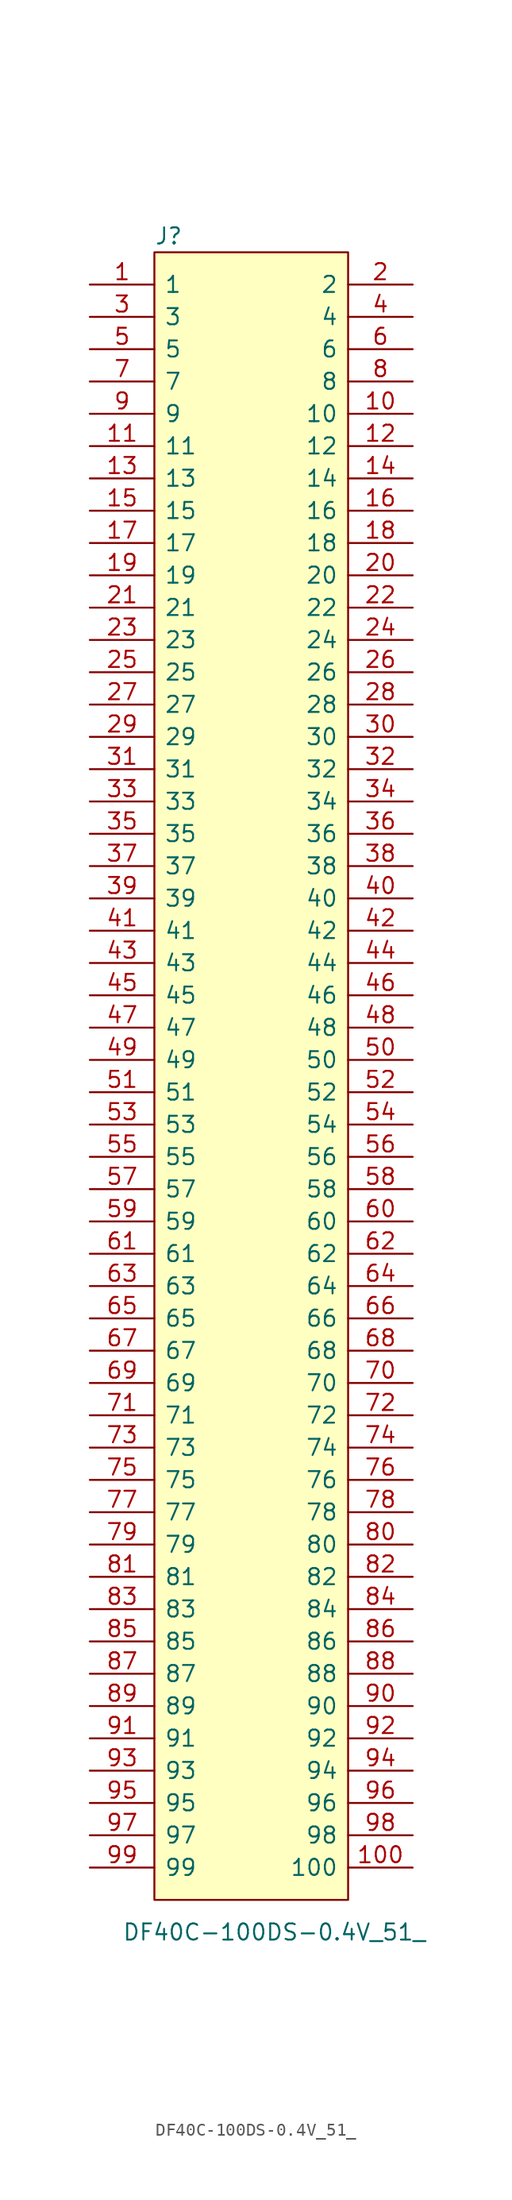
<source format=kicad_sym>
(kicad_symbol_lib
  (version 20211014)
  (generator kicad_symbol_editor)
  (symbol "DF40C-100DS-0.4V_51_"
    (pin_names
      (offset 0.762))
    (property "Reference" "J"
      (at 5.08 3.81 0)
      (effects (font (size 1.27 1.27)) (justify left)))
    (property "Value" "DF40C-100DS-0.4V_51_"
      (at 2.54 -129.54 0)
      (effects (font (size 1.27 1.27)) (justify left)))
    (symbol "DF40C-100DS-0.4V_51__0_0"
      (pin passive line (at 0 0 0) (length 5.08) (name "1" (effects (font (size 1.27 1.27)))) (number "1" (effects (font (size 1.27 1.27)))))
      (pin passive line (at 25.4 -10.16 180) (length 5.08) (name "10" (effects (font (size 1.27 1.27)))) (number "10" (effects (font (size 1.27 1.27)))))
      (pin passive line (at 25.4 -124.46 180) (length 5.08) (name "100" (effects (font (size 1.27 1.27)))) (number "100" (effects (font (size 1.27 1.27)))))
      (pin passive line (at 0 -12.7 0) (length 5.08) (name "11" (effects (font (size 1.27 1.27)))) (number "11" (effects (font (size 1.27 1.27)))))
      (pin passive line (at 25.4 -12.7 180) (length 5.08) (name "12" (effects (font (size 1.27 1.27)))) (number "12" (effects (font (size 1.27 1.27)))))
      (pin passive line (at 0 -15.24 0) (length 5.08) (name "13" (effects (font (size 1.27 1.27)))) (number "13" (effects (font (size 1.27 1.27)))))
      (pin passive line (at 25.4 -15.24 180) (length 5.08) (name "14" (effects (font (size 1.27 1.27)))) (number "14" (effects (font (size 1.27 1.27)))))
      (pin passive line (at 0 -17.78 0) (length 5.08) (name "15" (effects (font (size 1.27 1.27)))) (number "15" (effects (font (size 1.27 1.27)))))
      (pin passive line (at 25.4 -17.78 180) (length 5.08) (name "16" (effects (font (size 1.27 1.27)))) (number "16" (effects (font (size 1.27 1.27)))))
      (pin passive line (at 0 -20.32 0) (length 5.08) (name "17" (effects (font (size 1.27 1.27)))) (number "17" (effects (font (size 1.27 1.27)))))
      (pin passive line (at 25.4 -20.32 180) (length 5.08) (name "18" (effects (font (size 1.27 1.27)))) (number "18" (effects (font (size 1.27 1.27)))))
      (pin passive line (at 0 -22.86 0) (length 5.08) (name "19" (effects (font (size 1.27 1.27)))) (number "19" (effects (font (size 1.27 1.27)))))
      (pin passive line (at 25.4 0 180) (length 5.08) (name "2" (effects (font (size 1.27 1.27)))) (number "2" (effects (font (size 1.27 1.27)))))
      (pin passive line (at 25.4 -22.86 180) (length 5.08) (name "20" (effects (font (size 1.27 1.27)))) (number "20" (effects (font (size 1.27 1.27)))))
      (pin passive line (at 0 -25.4 0) (length 5.08) (name "21" (effects (font (size 1.27 1.27)))) (number "21" (effects (font (size 1.27 1.27)))))
      (pin passive line (at 25.4 -25.4 180) (length 5.08) (name "22" (effects (font (size 1.27 1.27)))) (number "22" (effects (font (size 1.27 1.27)))))
      (pin passive line (at 0 -27.94 0) (length 5.08) (name "23" (effects (font (size 1.27 1.27)))) (number "23" (effects (font (size 1.27 1.27)))))
      (pin passive line (at 25.4 -27.94 180) (length 5.08) (name "24" (effects (font (size 1.27 1.27)))) (number "24" (effects (font (size 1.27 1.27)))))
      (pin passive line (at 0 -30.48 0) (length 5.08) (name "25" (effects (font (size 1.27 1.27)))) (number "25" (effects (font (size 1.27 1.27)))))
      (pin passive line (at 25.4 -30.48 180) (length 5.08) (name "26" (effects (font (size 1.27 1.27)))) (number "26" (effects (font (size 1.27 1.27)))))
      (pin passive line (at 0 -33.02 0) (length 5.08) (name "27" (effects (font (size 1.27 1.27)))) (number "27" (effects (font (size 1.27 1.27)))))
      (pin passive line (at 25.4 -33.02 180) (length 5.08) (name "28" (effects (font (size 1.27 1.27)))) (number "28" (effects (font (size 1.27 1.27)))))
      (pin passive line (at 0 -35.56 0) (length 5.08) (name "29" (effects (font (size 1.27 1.27)))) (number "29" (effects (font (size 1.27 1.27)))))
      (pin passive line (at 0 -2.54 0) (length 5.08) (name "3" (effects (font (size 1.27 1.27)))) (number "3" (effects (font (size 1.27 1.27)))))
      (pin passive line (at 25.4 -35.56 180) (length 5.08) (name "30" (effects (font (size 1.27 1.27)))) (number "30" (effects (font (size 1.27 1.27)))))
      (pin passive line (at 0 -38.1 0) (length 5.08) (name "31" (effects (font (size 1.27 1.27)))) (number "31" (effects (font (size 1.27 1.27)))))
      (pin passive line (at 25.4 -38.1 180) (length 5.08) (name "32" (effects (font (size 1.27 1.27)))) (number "32" (effects (font (size 1.27 1.27)))))
      (pin passive line (at 0 -40.64 0) (length 5.08) (name "33" (effects (font (size 1.27 1.27)))) (number "33" (effects (font (size 1.27 1.27)))))
      (pin passive line (at 25.4 -40.64 180) (length 5.08) (name "34" (effects (font (size 1.27 1.27)))) (number "34" (effects (font (size 1.27 1.27)))))
      (pin passive line (at 0 -43.18 0) (length 5.08) (name "35" (effects (font (size 1.27 1.27)))) (number "35" (effects (font (size 1.27 1.27)))))
      (pin passive line (at 25.4 -43.18 180) (length 5.08) (name "36" (effects (font (size 1.27 1.27)))) (number "36" (effects (font (size 1.27 1.27)))))
      (pin passive line (at 0 -45.72 0) (length 5.08) (name "37" (effects (font (size 1.27 1.27)))) (number "37" (effects (font (size 1.27 1.27)))))
      (pin passive line (at 25.4 -45.72 180) (length 5.08) (name "38" (effects (font (size 1.27 1.27)))) (number "38" (effects (font (size 1.27 1.27)))))
      (pin passive line (at 0 -48.26 0) (length 5.08) (name "39" (effects (font (size 1.27 1.27)))) (number "39" (effects (font (size 1.27 1.27)))))
      (pin passive line (at 25.4 -2.54 180) (length 5.08) (name "4" (effects (font (size 1.27 1.27)))) (number "4" (effects (font (size 1.27 1.27)))))
      (pin passive line (at 25.4 -48.26 180) (length 5.08) (name "40" (effects (font (size 1.27 1.27)))) (number "40" (effects (font (size 1.27 1.27)))))
      (pin passive line (at 0 -50.8 0) (length 5.08) (name "41" (effects (font (size 1.27 1.27)))) (number "41" (effects (font (size 1.27 1.27)))))
      (pin passive line (at 25.4 -50.8 180) (length 5.08) (name "42" (effects (font (size 1.27 1.27)))) (number "42" (effects (font (size 1.27 1.27)))))
      (pin passive line (at 0 -53.34 0) (length 5.08) (name "43" (effects (font (size 1.27 1.27)))) (number "43" (effects (font (size 1.27 1.27)))))
      (pin passive line (at 25.4 -53.34 180) (length 5.08) (name "44" (effects (font (size 1.27 1.27)))) (number "44" (effects (font (size 1.27 1.27)))))
      (pin passive line (at 0 -55.88 0) (length 5.08) (name "45" (effects (font (size 1.27 1.27)))) (number "45" (effects (font (size 1.27 1.27)))))
      (pin passive line (at 25.4 -55.88 180) (length 5.08) (name "46" (effects (font (size 1.27 1.27)))) (number "46" (effects (font (size 1.27 1.27)))))
      (pin passive line (at 0 -58.42 0) (length 5.08) (name "47" (effects (font (size 1.27 1.27)))) (number "47" (effects (font (size 1.27 1.27)))))
      (pin passive line (at 25.4 -58.42 180) (length 5.08) (name "48" (effects (font (size 1.27 1.27)))) (number "48" (effects (font (size 1.27 1.27)))))
      (pin passive line (at 0 -60.96 0) (length 5.08) (name "49" (effects (font (size 1.27 1.27)))) (number "49" (effects (font (size 1.27 1.27)))))
      (pin passive line (at 0 -5.08 0) (length 5.08) (name "5" (effects (font (size 1.27 1.27)))) (number "5" (effects (font (size 1.27 1.27)))))
      (pin passive line (at 25.4 -60.96 180) (length 5.08) (name "50" (effects (font (size 1.27 1.27)))) (number "50" (effects (font (size 1.27 1.27)))))
      (pin passive line (at 0 -63.5 0) (length 5.08) (name "51" (effects (font (size 1.27 1.27)))) (number "51" (effects (font (size 1.27 1.27)))))
      (pin passive line (at 25.4 -63.5 180) (length 5.08) (name "52" (effects (font (size 1.27 1.27)))) (number "52" (effects (font (size 1.27 1.27)))))
      (pin passive line (at 0 -66.04 0) (length 5.08) (name "53" (effects (font (size 1.27 1.27)))) (number "53" (effects (font (size 1.27 1.27)))))
      (pin passive line (at 25.4 -66.04 180) (length 5.08) (name "54" (effects (font (size 1.27 1.27)))) (number "54" (effects (font (size 1.27 1.27)))))
      (pin passive line (at 0 -68.58 0) (length 5.08) (name "55" (effects (font (size 1.27 1.27)))) (number "55" (effects (font (size 1.27 1.27)))))
      (pin passive line (at 25.4 -68.58 180) (length 5.08) (name "56" (effects (font (size 1.27 1.27)))) (number "56" (effects (font (size 1.27 1.27)))))
      (pin passive line (at 0 -71.12 0) (length 5.08) (name "57" (effects (font (size 1.27 1.27)))) (number "57" (effects (font (size 1.27 1.27)))))
      (pin passive line (at 25.4 -71.12 180) (length 5.08) (name "58" (effects (font (size 1.27 1.27)))) (number "58" (effects (font (size 1.27 1.27)))))
      (pin passive line (at 0 -73.66 0) (length 5.08) (name "59" (effects (font (size 1.27 1.27)))) (number "59" (effects (font (size 1.27 1.27)))))
      (pin passive line (at 25.4 -5.08 180) (length 5.08) (name "6" (effects (font (size 1.27 1.27)))) (number "6" (effects (font (size 1.27 1.27)))))
      (pin passive line (at 25.4 -73.66 180) (length 5.08) (name "60" (effects (font (size 1.27 1.27)))) (number "60" (effects (font (size 1.27 1.27)))))
      (pin passive line (at 0 -76.2 0) (length 5.08) (name "61" (effects (font (size 1.27 1.27)))) (number "61" (effects (font (size 1.27 1.27)))))
      (pin passive line (at 25.4 -76.2 180) (length 5.08) (name "62" (effects (font (size 1.27 1.27)))) (number "62" (effects (font (size 1.27 1.27)))))
      (pin passive line (at 0 -78.74 0) (length 5.08) (name "63" (effects (font (size 1.27 1.27)))) (number "63" (effects (font (size 1.27 1.27)))))
      (pin passive line (at 25.4 -78.74 180) (length 5.08) (name "64" (effects (font (size 1.27 1.27)))) (number "64" (effects (font (size 1.27 1.27)))))
      (pin passive line (at 0 -81.28 0) (length 5.08) (name "65" (effects (font (size 1.27 1.27)))) (number "65" (effects (font (size 1.27 1.27)))))
      (pin passive line (at 25.4 -81.28 180) (length 5.08) (name "66" (effects (font (size 1.27 1.27)))) (number "66" (effects (font (size 1.27 1.27)))))
      (pin passive line (at 0 -83.82 0) (length 5.08) (name "67" (effects (font (size 1.27 1.27)))) (number "67" (effects (font (size 1.27 1.27)))))
      (pin passive line (at 25.4 -83.82 180) (length 5.08) (name "68" (effects (font (size 1.27 1.27)))) (number "68" (effects (font (size 1.27 1.27)))))
      (pin passive line (at 0 -86.36 0) (length 5.08) (name "69" (effects (font (size 1.27 1.27)))) (number "69" (effects (font (size 1.27 1.27)))))
      (pin passive line (at 0 -7.62 0) (length 5.08) (name "7" (effects (font (size 1.27 1.27)))) (number "7" (effects (font (size 1.27 1.27)))))
      (pin passive line (at 25.4 -86.36 180) (length 5.08) (name "70" (effects (font (size 1.27 1.27)))) (number "70" (effects (font (size 1.27 1.27)))))
      (pin passive line (at 0 -88.9 0) (length 5.08) (name "71" (effects (font (size 1.27 1.27)))) (number "71" (effects (font (size 1.27 1.27)))))
      (pin passive line (at 25.4 -88.9 180) (length 5.08) (name "72" (effects (font (size 1.27 1.27)))) (number "72" (effects (font (size 1.27 1.27)))))
      (pin passive line (at 0 -91.44 0) (length 5.08) (name "73" (effects (font (size 1.27 1.27)))) (number "73" (effects (font (size 1.27 1.27)))))
      (pin passive line (at 25.4 -91.44 180) (length 5.08) (name "74" (effects (font (size 1.27 1.27)))) (number "74" (effects (font (size 1.27 1.27)))))
      (pin passive line (at 0 -93.98 0) (length 5.08) (name "75" (effects (font (size 1.27 1.27)))) (number "75" (effects (font (size 1.27 1.27)))))
      (pin passive line (at 25.4 -93.98 180) (length 5.08) (name "76" (effects (font (size 1.27 1.27)))) (number "76" (effects (font (size 1.27 1.27)))))
      (pin passive line (at 0 -96.52 0) (length 5.08) (name "77" (effects (font (size 1.27 1.27)))) (number "77" (effects (font (size 1.27 1.27)))))
      (pin passive line (at 25.4 -96.52 180) (length 5.08) (name "78" (effects (font (size 1.27 1.27)))) (number "78" (effects (font (size 1.27 1.27)))))
      (pin passive line (at 0 -99.06 0) (length 5.08) (name "79" (effects (font (size 1.27 1.27)))) (number "79" (effects (font (size 1.27 1.27)))))
      (pin passive line (at 25.4 -7.62 180) (length 5.08) (name "8" (effects (font (size 1.27 1.27)))) (number "8" (effects (font (size 1.27 1.27)))))
      (pin passive line (at 25.4 -99.06 180) (length 5.08) (name "80" (effects (font (size 1.27 1.27)))) (number "80" (effects (font (size 1.27 1.27)))))
      (pin passive line (at 0 -101.6 0) (length 5.08) (name "81" (effects (font (size 1.27 1.27)))) (number "81" (effects (font (size 1.27 1.27)))))
      (pin passive line (at 25.4 -101.6 180) (length 5.08) (name "82" (effects (font (size 1.27 1.27)))) (number "82" (effects (font (size 1.27 1.27)))))
      (pin passive line (at 0 -104.14 0) (length 5.08) (name "83" (effects (font (size 1.27 1.27)))) (number "83" (effects (font (size 1.27 1.27)))))
      (pin passive line (at 25.4 -104.14 180) (length 5.08) (name "84" (effects (font (size 1.27 1.27)))) (number "84" (effects (font (size 1.27 1.27)))))
      (pin passive line (at 0 -106.68 0) (length 5.08) (name "85" (effects (font (size 1.27 1.27)))) (number "85" (effects (font (size 1.27 1.27)))))
      (pin passive line (at 25.4 -106.68 180) (length 5.08) (name "86" (effects (font (size 1.27 1.27)))) (number "86" (effects (font (size 1.27 1.27)))))
      (pin passive line (at 0 -109.22 0) (length 5.08) (name "87" (effects (font (size 1.27 1.27)))) (number "87" (effects (font (size 1.27 1.27)))))
      (pin passive line (at 25.4 -109.22 180) (length 5.08) (name "88" (effects (font (size 1.27 1.27)))) (number "88" (effects (font (size 1.27 1.27)))))
      (pin passive line (at 0 -111.76 0) (length 5.08) (name "89" (effects (font (size 1.27 1.27)))) (number "89" (effects (font (size 1.27 1.27)))))
      (pin passive line (at 0 -10.16 0) (length 5.08) (name "9" (effects (font (size 1.27 1.27)))) (number "9" (effects (font (size 1.27 1.27)))))
      (pin passive line (at 25.4 -111.76 180) (length 5.08) (name "90" (effects (font (size 1.27 1.27)))) (number "90" (effects (font (size 1.27 1.27)))))
      (pin passive line (at 0 -114.3 0) (length 5.08) (name "91" (effects (font (size 1.27 1.27)))) (number "91" (effects (font (size 1.27 1.27)))))
      (pin passive line (at 25.4 -114.3 180) (length 5.08) (name "92" (effects (font (size 1.27 1.27)))) (number "92" (effects (font (size 1.27 1.27)))))
      (pin passive line (at 0 -116.84 0) (length 5.08) (name "93" (effects (font (size 1.27 1.27)))) (number "93" (effects (font (size 1.27 1.27)))))
      (pin passive line (at 25.4 -116.84 180) (length 5.08) (name "94" (effects (font (size 1.27 1.27)))) (number "94" (effects (font (size 1.27 1.27)))))
      (pin passive line (at 0 -119.38 0) (length 5.08) (name "95" (effects (font (size 1.27 1.27)))) (number "95" (effects (font (size 1.27 1.27)))))
      (pin passive line (at 25.4 -119.38 180) (length 5.08) (name "96" (effects (font (size 1.27 1.27)))) (number "96" (effects (font (size 1.27 1.27)))))
      (pin passive line (at 0 -121.92 0) (length 5.08) (name "97" (effects (font (size 1.27 1.27)))) (number "97" (effects (font (size 1.27 1.27)))))
      (pin passive line (at 25.4 -121.92 180) (length 5.08) (name "98" (effects (font (size 1.27 1.27)))) (number "98" (effects (font (size 1.27 1.27)))))
      (pin passive line (at 0 -124.46 0) (length 5.08) (name "99" (effects (font (size 1.27 1.27)))) (number "99" (effects (font (size 1.27 1.27))))))
    (symbol "DF40C-100DS-0.4V_51__0_1"
      (polyline (pts (xy 5.08 2.54) (xy 20.32 2.54) (xy 20.32 -127) (xy 5.08 -127) (xy 5.08 2.54)) (stroke (width 0.152) (type default) (color 0 0 0 0)) (fill (type background))))))
</source>
